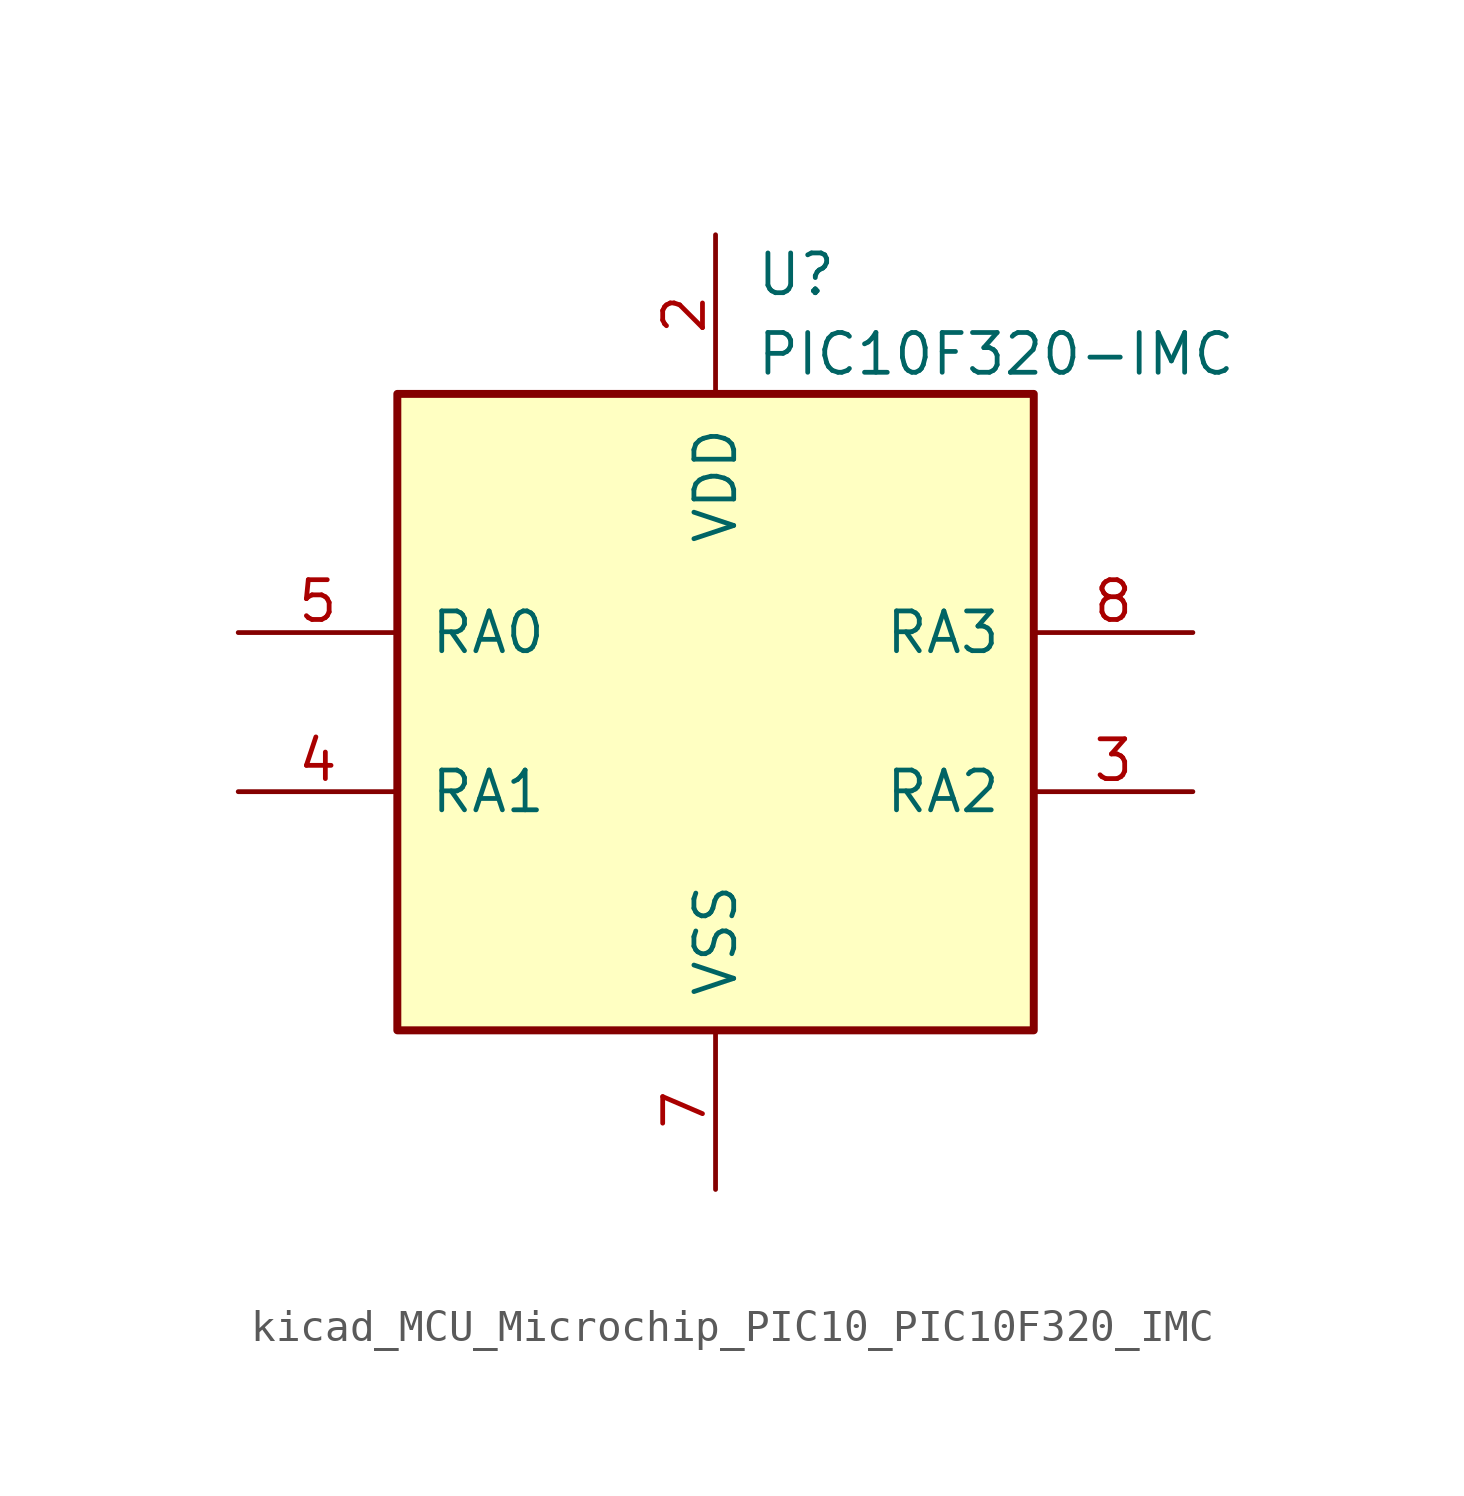
<source format=kicad_sym>
(kicad_symbol_lib
  (version 20220914)
  (generator kicad_symbol_editor)
  (symbol "kicad_MCU_Microchip_PIC10_PIC10F320_IMC"
    (pin_names
      (offset 1.016))
    (property "Reference" "U"
      (at 1.27 13.97 0)
      (effects (font (size 1.27 1.27)) (justify left)))
    (property "Value" "PIC10F320-IMC"
      (at 1.27 11.43 0)
      (effects (font (size 1.27 1.27)) (justify left)))
    (symbol "kicad_MCU_Microchip_PIC10_PIC10F320_IMC_0_1"
      (rectangle (start -10.16 10.16) (end 10.16 -10.16) (stroke (width 0.254) (type default)) (fill (type background))))
    (symbol "kicad_MCU_Microchip_PIC10_PIC10F320_IMC_1_1"
      (pin power_in line (at 0 15.24 270) (length 5.08) (name "VDD" (effects (font (size 1.27 1.27)))) (number "2" (effects (font (size 1.27 1.27)))))
      (pin bidirectional line (at 15.24 -2.54 180) (length 5.08) (name "RA2" (effects (font (size 1.27 1.27)))) (number "3" (effects (font (size 1.27 1.27)))))
      (pin bidirectional line (at -15.24 -2.54 0) (length 5.08) (name "RA1" (effects (font (size 1.27 1.27)))) (number "4" (effects (font (size 1.27 1.27)))))
      (pin bidirectional line (at -15.24 2.54 0) (length 5.08) (name "RA0" (effects (font (size 1.27 1.27)))) (number "5" (effects (font (size 1.27 1.27)))))
      (pin power_in line (at 0 -15.24 90) (length 5.08) (name "VSS" (effects (font (size 1.27 1.27)))) (number "7" (effects (font (size 1.27 1.27)))))
      (pin input line (at 15.24 2.54 180) (length 5.08) (name "RA3" (effects (font (size 1.27 1.27)))) (number "8" (effects (font (size 1.27 1.27))))))))
</source>
